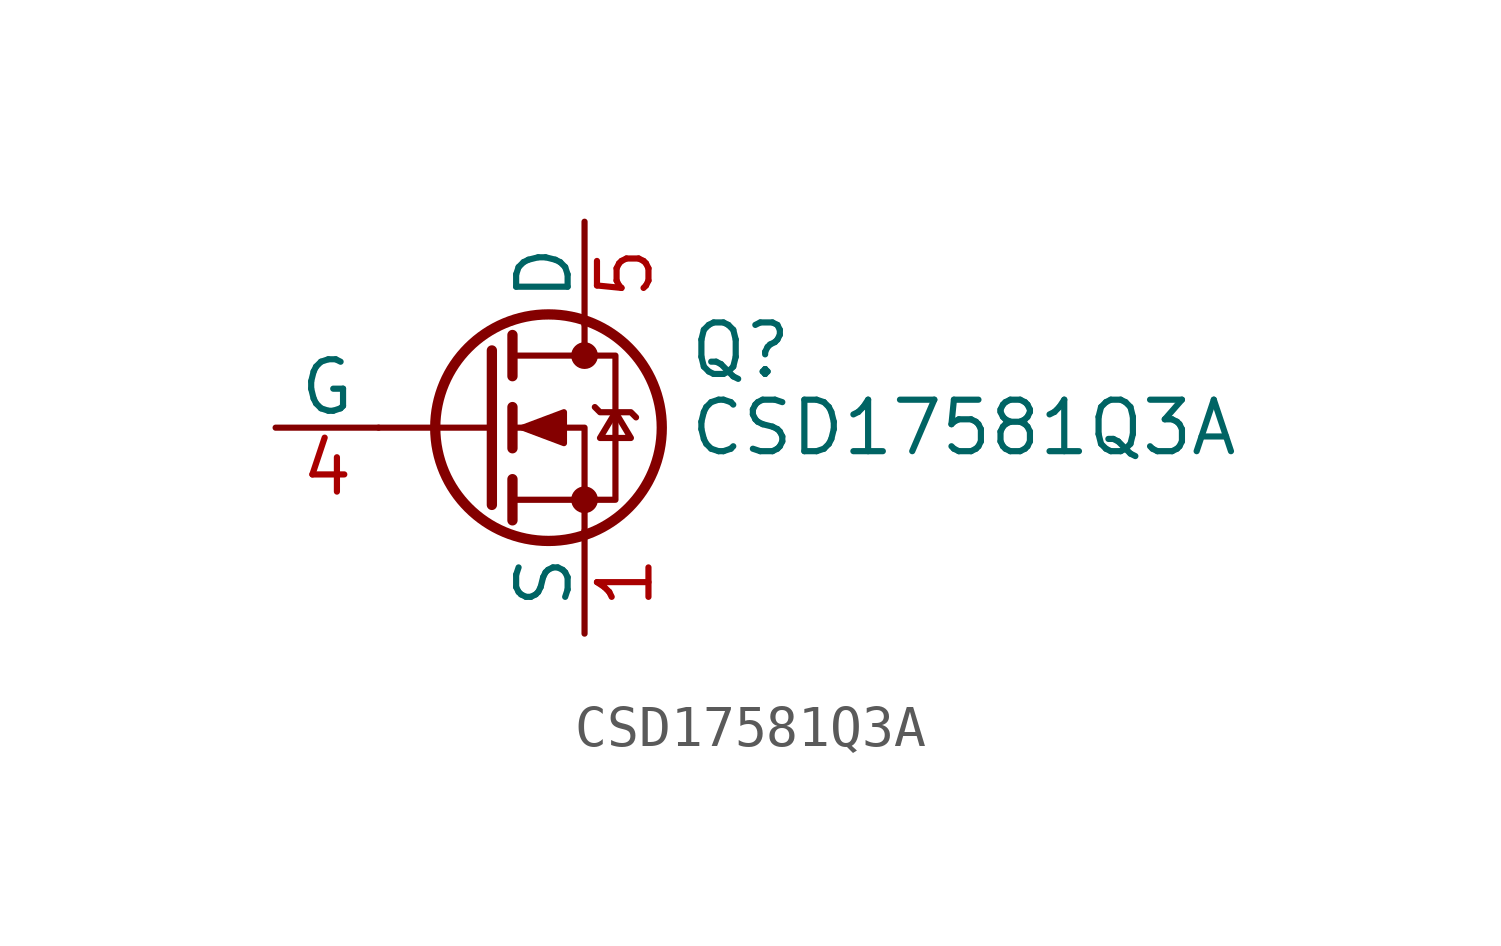
<source format=kicad_sym>
(kicad_symbol_lib
  (version 20220914)
  (generator kicad_symbol_editor)
  (symbol "CSD17581Q3A"
    (pin_names
      (offset 0))
    (property "Reference" "Q"
      (at 5.08 1.905 0)
      (effects (font (size 1.27 1.27)) (justify left)))
    (property "Value" "CSD17581Q3A"
      (at 5.08 0 0)
      (effects (font (size 1.27 1.27)) (justify left)))
    (symbol "CSD17581Q3A_0_1"
      (polyline (pts (xy 0.254 0) (xy -2.54 0)) (stroke (width 0) (type default)) (fill (type none)))
      (polyline (pts (xy 0.254 1.905) (xy 0.254 -1.905)) (stroke (width 0.254) (type default)) (fill (type none)))
      (polyline (pts (xy 0.762 -1.27) (xy 0.762 -2.286)) (stroke (width 0.254) (type default)) (fill (type none)))
      (polyline (pts (xy 0.762 0.508) (xy 0.762 -0.508)) (stroke (width 0.254) (type default)) (fill (type none)))
      (polyline (pts (xy 0.762 2.286) (xy 0.762 1.27)) (stroke (width 0.254) (type default)) (fill (type none)))
      (polyline (pts (xy 2.54 2.54) (xy 2.54 1.778)) (stroke (width 0) (type default)) (fill (type none)))
      (polyline (pts (xy 2.54 -2.54) (xy 2.54 0) (xy 0.762 0)) (stroke (width 0) (type default)) (fill (type none)))
      (polyline (pts (xy 0.762 -1.778) (xy 3.302 -1.778) (xy 3.302 1.778) (xy 0.762 1.778)) (stroke (width 0) (type default)) (fill (type none)))
      (polyline (pts (xy 1.016 0) (xy 2.032 0.381) (xy 2.032 -0.381) (xy 1.016 0)) (stroke (width 0) (type default)) (fill (type outline)))
      (polyline (pts (xy 2.794 0.508) (xy 2.921 0.381) (xy 3.683 0.381) (xy 3.81 0.254)) (stroke (width 0) (type default)) (fill (type none)))
      (polyline (pts (xy 3.302 0.381) (xy 2.921 -0.254) (xy 3.683 -0.254) (xy 3.302 0.381)) (stroke (width 0) (type default)) (fill (type none)))
      (circle (center 1.651 0) (radius 2.794) (stroke (width 0.254) (type default)) (fill (type none)))
      (circle (center 2.54 -1.778) (radius 0.254) (stroke (width 0) (type default)) (fill (type outline)))
      (circle (center 2.54 1.778) (radius 0.254) (stroke (width 0) (type default)) (fill (type outline))))
    (symbol "CSD17581Q3A_1_1"
      (pin passive line (at 2.54 -5.08 90) (length 2.54) (name "S" (effects (font (size 1.27 1.27)))) (number "1" (effects (font (size 1.27 1.27)))))
      (pin passive line (at 2.54 -5.08 90) (length 2.54) hide (name "S" (effects (font (size 1.27 1.27)))) (number "2" (effects (font (size 1.27 1.27)))))
      (pin passive line (at 2.54 -5.08 90) (length 2.54) hide (name "S" (effects (font (size 1.27 1.27)))) (number "3" (effects (font (size 1.27 1.27)))))
      (pin passive line (at -5.08 0 0) (length 2.54) (name "G" (effects (font (size 1.27 1.27)))) (number "4" (effects (font (size 1.27 1.27)))))
      (pin passive line (at 2.54 5.08 270) (length 2.54) (name "D" (effects (font (size 1.27 1.27)))) (number "5" (effects (font (size 1.27 1.27))))))))
</source>
